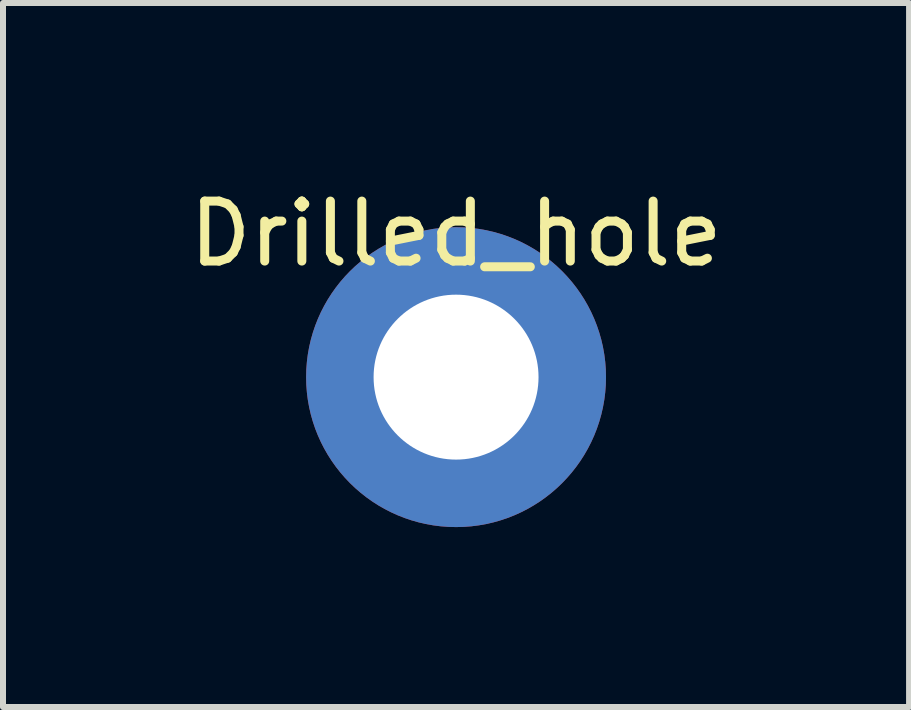
<source format=kicad_pcb>
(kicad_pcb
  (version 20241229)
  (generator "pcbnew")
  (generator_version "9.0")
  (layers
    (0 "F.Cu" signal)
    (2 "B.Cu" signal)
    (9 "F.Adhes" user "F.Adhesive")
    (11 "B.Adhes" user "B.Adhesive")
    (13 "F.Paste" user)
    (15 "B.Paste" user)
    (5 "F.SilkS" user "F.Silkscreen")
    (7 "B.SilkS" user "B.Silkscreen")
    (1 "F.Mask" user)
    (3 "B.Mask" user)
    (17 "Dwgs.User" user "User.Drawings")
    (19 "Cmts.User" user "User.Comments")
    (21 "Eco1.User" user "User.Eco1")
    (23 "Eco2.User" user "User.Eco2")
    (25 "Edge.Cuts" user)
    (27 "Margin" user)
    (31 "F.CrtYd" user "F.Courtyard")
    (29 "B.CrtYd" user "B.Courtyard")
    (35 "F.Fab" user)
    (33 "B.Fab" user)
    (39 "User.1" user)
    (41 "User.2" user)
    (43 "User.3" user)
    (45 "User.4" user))
  (footprint "Drilled_hole"
    (layer "F.Cu")
    (at 4.554 3.238)
    (property "Reference" "Drilled_hole" (at 0 -2.39 0) (layer "F.SilkS") (effects (font (size 1 1) (thickness 0.15))))
    (attr through_hole)
    (pad "1" thru_hole circle (at 0 0) (size 5 5) (drill 2.75) (layers "*.Cu" "*.Mask")))
  (gr_rect
    (start -3 -3)
    (end 12.107 8.738)
    (stroke (width 0.1) (type default))
    (fill no)
    (layer "Edge.Cuts")))
</source>
